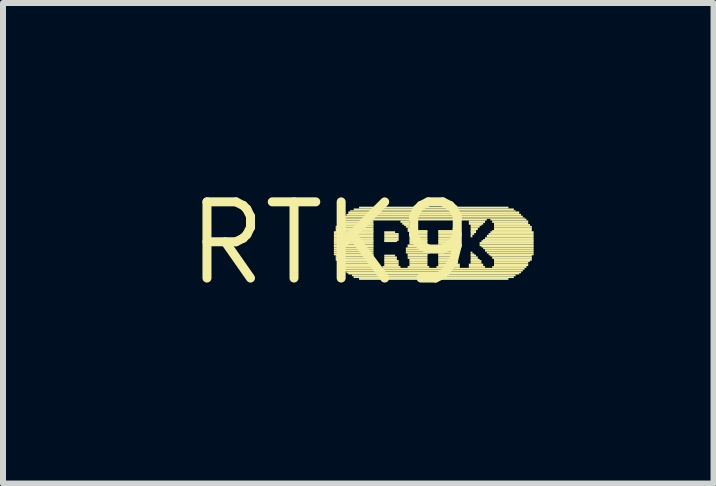
<source format=kicad_pcb>
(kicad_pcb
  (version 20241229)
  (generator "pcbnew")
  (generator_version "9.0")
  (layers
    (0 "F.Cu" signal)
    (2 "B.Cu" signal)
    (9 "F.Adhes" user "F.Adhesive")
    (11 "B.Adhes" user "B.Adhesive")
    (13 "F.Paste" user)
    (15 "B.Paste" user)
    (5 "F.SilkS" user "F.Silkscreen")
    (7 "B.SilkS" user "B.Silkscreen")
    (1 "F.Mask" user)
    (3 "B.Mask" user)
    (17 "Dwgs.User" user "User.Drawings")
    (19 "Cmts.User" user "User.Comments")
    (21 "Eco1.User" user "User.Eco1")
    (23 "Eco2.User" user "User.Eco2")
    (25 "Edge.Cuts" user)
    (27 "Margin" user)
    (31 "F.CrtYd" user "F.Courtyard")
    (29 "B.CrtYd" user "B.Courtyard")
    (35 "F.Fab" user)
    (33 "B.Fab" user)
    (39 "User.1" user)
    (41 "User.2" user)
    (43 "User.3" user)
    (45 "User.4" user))
  (footprint "RTK9"
    (layer "F.Cu")
    (at 2.457 1.006)
    (property "Reference" "RTK9" (at 0 0 0) (layer "F.SilkS") (effects (font (size 1.27 1.27) (thickness 0.15))))
    (fp_poly (pts (xy 0.06 -0.17) (xy 0.72 -0.17) (xy 0.72 -0.2) (xy 0.06 -0.2)) (stroke (width 0) (type default)) (fill yes) (layer "F.SilkS"))
    (fp_poly (pts (xy 0.06 -0.14) (xy 0.72 -0.14) (xy 0.72 -0.17) (xy 0.06 -0.17)) (stroke (width 0) (type default)) (fill yes) (layer "F.SilkS"))
    (fp_poly (pts (xy 0.06 -0.1) (xy 0.72 -0.1) (xy 0.72 -0.14) (xy 0.06 -0.14)) (stroke (width 0) (type default)) (fill yes) (layer "F.SilkS"))
    (fp_poly (pts (xy 0.06 -0.07) (xy 0.72 -0.07) (xy 0.72 -0.1) (xy 0.06 -0.1)) (stroke (width 0) (type default)) (fill yes) (layer "F.SilkS"))
    (fp_poly (pts (xy 0.06 -0.04) (xy 0.72 -0.04) (xy 0.72 -0.07) (xy 0.06 -0.07)) (stroke (width 0) (type default)) (fill yes) (layer "F.SilkS"))
    (fp_poly (pts (xy 0.06 -0.02) (xy 0.72 -0.02) (xy 0.72 -0.05) (xy 0.06 -0.05)) (stroke (width 0) (type default)) (fill yes) (layer "F.SilkS"))
    (fp_poly (pts (xy 0.06 0.02) (xy 0.72 0.02) (xy 0.72 -0.02) (xy 0.06 -0.02)) (stroke (width 0) (type default)) (fill yes) (layer "F.SilkS"))
    (fp_poly (pts (xy 0.06 0.05) (xy 0.72 0.05) (xy 0.72 0.02) (xy 0.06 0.02)) (stroke (width 0) (type default)) (fill yes) (layer "F.SilkS"))
    (fp_poly (pts (xy 0.06 0.07) (xy 0.72 0.07) (xy 0.72 0.04) (xy 0.06 0.04)) (stroke (width 0) (type default)) (fill yes) (layer "F.SilkS"))
    (fp_poly (pts (xy 0.06 0.1) (xy 0.72 0.1) (xy 0.72 0.07) (xy 0.06 0.07)) (stroke (width 0) (type default)) (fill yes) (layer "F.SilkS"))
    (fp_poly (pts (xy 0.06 0.14) (xy 0.72 0.14) (xy 0.72 0.1) (xy 0.06 0.1)) (stroke (width 0) (type default)) (fill yes) (layer "F.SilkS"))
    (fp_poly (pts (xy 0.06 0.17) (xy 0.72 0.17) (xy 0.72 0.14) (xy 0.06 0.14)) (stroke (width 0) (type default)) (fill yes) (layer "F.SilkS"))
    (fp_poly (pts (xy 0.06 0.2) (xy 0.72 0.2) (xy 0.72 0.17) (xy 0.06 0.17)) (stroke (width 0) (type default)) (fill yes) (layer "F.SilkS"))
    (fp_poly (pts (xy 0.09 -0.26) (xy 0.72 -0.26) (xy 0.72 -0.29) (xy 0.09 -0.29)) (stroke (width 0) (type default)) (fill yes) (layer "F.SilkS"))
    (fp_poly (pts (xy 0.09 -0.22) (xy 0.72 -0.22) (xy 0.72 -0.26) (xy 0.09 -0.26)) (stroke (width 0) (type default)) (fill yes) (layer "F.SilkS"))
    (fp_poly (pts (xy 0.09 -0.19) (xy 0.72 -0.19) (xy 0.72 -0.22) (xy 0.09 -0.22)) (stroke (width 0) (type default)) (fill yes) (layer "F.SilkS"))
    (fp_poly (pts (xy 0.09 0.22) (xy 0.72 0.22) (xy 0.72 0.19) (xy 0.09 0.19)) (stroke (width 0) (type default)) (fill yes) (layer "F.SilkS"))
    (fp_poly (pts (xy 0.09 0.26) (xy 0.72 0.26) (xy 0.72 0.22) (xy 0.09 0.22)) (stroke (width 0) (type default)) (fill yes) (layer "F.SilkS"))
    (fp_poly (pts (xy 0.09 0.29) (xy 0.72 0.29) (xy 0.72 0.26) (xy 0.09 0.26)) (stroke (width 0) (type default)) (fill yes) (layer "F.SilkS"))
    (fp_poly (pts (xy 0.12 -0.29) (xy 0.72 -0.29) (xy 0.72 -0.32) (xy 0.12 -0.32)) (stroke (width 0) (type default)) (fill yes) (layer "F.SilkS"))
    (fp_poly (pts (xy 0.12 0.31) (xy 0.72 0.31) (xy 0.72 0.28) (xy 0.12 0.28)) (stroke (width 0) (type default)) (fill yes) (layer "F.SilkS"))
    (fp_poly (pts (xy 0.15 -0.34) (xy 0.72 -0.34) (xy 0.72 -0.38) (xy 0.15 -0.38)) (stroke (width 0) (type default)) (fill yes) (layer "F.SilkS"))
    (fp_poly (pts (xy 0.15 -0.31) (xy 0.72 -0.31) (xy 0.72 -0.34) (xy 0.15 -0.34)) (stroke (width 0) (type default)) (fill yes) (layer "F.SilkS"))
    (fp_poly (pts (xy 0.15 0.34) (xy 0.72 0.34) (xy 0.72 0.31) (xy 0.15 0.31)) (stroke (width 0) (type default)) (fill yes) (layer "F.SilkS"))
    (fp_poly (pts (xy 0.15 0.38) (xy 0.72 0.38) (xy 0.72 0.34) (xy 0.15 0.34)) (stroke (width 0) (type default)) (fill yes) (layer "F.SilkS"))
    (fp_poly (pts (xy 0.18 -0.38) (xy 2.61 -0.38) (xy 2.61 -0.41) (xy 0.18 -0.41)) (stroke (width 0) (type default)) (fill yes) (layer "F.SilkS"))
    (fp_poly (pts (xy 0.18 0.41) (xy 0.75 0.41) (xy 0.75 0.38) (xy 0.18 0.38)) (stroke (width 0) (type default)) (fill yes) (layer "F.SilkS"))
    (fp_poly (pts (xy 0.21 -0.41) (xy 3.24 -0.41) (xy 3.24 -0.43) (xy 0.21 -0.43)) (stroke (width 0) (type default)) (fill yes) (layer "F.SilkS"))
    (fp_poly (pts (xy 0.21 0.44) (xy 3.24 0.44) (xy 3.24 0.41) (xy 0.21 0.41)) (stroke (width 0) (type default)) (fill yes) (layer "F.SilkS"))
    (fp_poly (pts (xy 0.24 -0.43) (xy 3.21 -0.43) (xy 3.21 -0.46) (xy 0.24 -0.46)) (stroke (width 0) (type default)) (fill yes) (layer "F.SilkS"))
    (fp_poly (pts (xy 0.24 0.47) (xy 3.21 0.47) (xy 3.21 0.44) (xy 0.24 0.44)) (stroke (width 0) (type default)) (fill yes) (layer "F.SilkS"))
    (fp_poly (pts (xy 0.27 -0.46) (xy 3.18 -0.46) (xy 3.18 -0.49) (xy 0.27 -0.49)) (stroke (width 0) (type default)) (fill yes) (layer "F.SilkS"))
    (fp_poly (pts (xy 0.27 0.5) (xy 3.18 0.5) (xy 3.18 0.47) (xy 0.27 0.47)) (stroke (width 0) (type default)) (fill yes) (layer "F.SilkS"))
    (fp_poly (pts (xy 0.3 -0.49) (xy 3.15 -0.49) (xy 3.15 -0.53) (xy 0.3 -0.53)) (stroke (width 0) (type default)) (fill yes) (layer "F.SilkS"))
    (fp_poly (pts (xy 0.3 0.52) (xy 3.15 0.52) (xy 3.15 0.49) (xy 0.3 0.49)) (stroke (width 0) (type default)) (fill yes) (layer "F.SilkS"))
    (fp_poly (pts (xy 0.33 -0.53) (xy 3.09 -0.53) (xy 3.09 -0.55) (xy 0.33 -0.55)) (stroke (width 0) (type default)) (fill yes) (layer "F.SilkS"))
    (fp_poly (pts (xy 0.36 0.55) (xy 3.09 0.55) (xy 3.09 0.52) (xy 0.36 0.52)) (stroke (width 0) (type default)) (fill yes) (layer "F.SilkS"))
    (fp_poly (pts (xy 0.39 -0.55) (xy 3.06 -0.55) (xy 3.06 -0.58) (xy 0.39 -0.58)) (stroke (width 0) (type default)) (fill yes) (layer "F.SilkS"))
    (fp_poly (pts (xy 0.39 0.58) (xy 3.06 0.58) (xy 3.06 0.55) (xy 0.39 0.55)) (stroke (width 0) (type default)) (fill yes) (layer "F.SilkS"))
    (fp_poly (pts (xy 0.48 -0.58) (xy 2.97 -0.58) (xy 2.97 -0.61) (xy 0.48 -0.61)) (stroke (width 0) (type default)) (fill yes) (layer "F.SilkS"))
    (fp_poly (pts (xy 0.48 0.61) (xy 2.97 0.61) (xy 2.97 0.58) (xy 0.48 0.58)) (stroke (width 0) (type default)) (fill yes) (layer "F.SilkS"))
    (fp_poly (pts (xy 0.87 0.41) (xy 1.17 0.41) (xy 1.17 0.38) (xy 0.87 0.38)) (stroke (width 0) (type default)) (fill yes) (layer "F.SilkS"))
    (fp_poly (pts (xy 0.9 -0.17) (xy 1.08 -0.17) (xy 1.08 -0.2) (xy 0.9 -0.2)) (stroke (width 0) (type default)) (fill yes) (layer "F.SilkS"))
    (fp_poly (pts (xy 0.9 -0.14) (xy 1.14 -0.14) (xy 1.14 -0.17) (xy 0.9 -0.17)) (stroke (width 0) (type default)) (fill yes) (layer "F.SilkS"))
    (fp_poly (pts (xy 0.9 -0.1) (xy 1.14 -0.1) (xy 1.14 -0.14) (xy 0.9 -0.14)) (stroke (width 0) (type default)) (fill yes) (layer "F.SilkS"))
    (fp_poly (pts (xy 0.9 -0.07) (xy 1.14 -0.07) (xy 1.14 -0.1) (xy 0.9 -0.1)) (stroke (width 0) (type default)) (fill yes) (layer "F.SilkS"))
    (fp_poly (pts (xy 0.9 -0.04) (xy 1.14 -0.04) (xy 1.14 -0.07) (xy 0.9 -0.07)) (stroke (width 0) (type default)) (fill yes) (layer "F.SilkS"))
    (fp_poly (pts (xy 0.9 -0.02) (xy 1.11 -0.02) (xy 1.11 -0.05) (xy 0.9 -0.05)) (stroke (width 0) (type default)) (fill yes) (layer "F.SilkS"))
    (fp_poly (pts (xy 0.9 0.22) (xy 1.08 0.22) (xy 1.08 0.19) (xy 0.9 0.19)) (stroke (width 0) (type default)) (fill yes) (layer "F.SilkS"))
    (fp_poly (pts (xy 0.9 0.26) (xy 1.11 0.26) (xy 1.11 0.22) (xy 0.9 0.22)) (stroke (width 0) (type default)) (fill yes) (layer "F.SilkS"))
    (fp_poly (pts (xy 0.9 0.29) (xy 1.11 0.29) (xy 1.11 0.26) (xy 0.9 0.26)) (stroke (width 0) (type default)) (fill yes) (layer "F.SilkS"))
    (fp_poly (pts (xy 0.9 0.31) (xy 1.14 0.31) (xy 1.14 0.28) (xy 0.9 0.28)) (stroke (width 0) (type default)) (fill yes) (layer "F.SilkS"))
    (fp_poly (pts (xy 0.9 0.34) (xy 1.14 0.34) (xy 1.14 0.31) (xy 0.9 0.31)) (stroke (width 0) (type default)) (fill yes) (layer "F.SilkS"))
    (fp_poly (pts (xy 0.9 0.38) (xy 1.14 0.38) (xy 1.14 0.34) (xy 0.9 0.34)) (stroke (width 0) (type default)) (fill yes) (layer "F.SilkS"))
    (fp_poly (pts (xy 1.17 -0.34) (xy 1.32 -0.34) (xy 1.32 -0.38) (xy 1.17 -0.38)) (stroke (width 0) (type default)) (fill yes) (layer "F.SilkS"))
    (fp_poly (pts (xy 1.2 -0.31) (xy 1.32 -0.31) (xy 1.32 -0.34) (xy 1.2 -0.34)) (stroke (width 0) (type default)) (fill yes) (layer "F.SilkS"))
    (fp_poly (pts (xy 1.23 -0.29) (xy 1.32 -0.29) (xy 1.32 -0.32) (xy 1.23 -0.32)) (stroke (width 0) (type default)) (fill yes) (layer "F.SilkS"))
    (fp_poly (pts (xy 1.26 -0.26) (xy 1.32 -0.26) (xy 1.32 -0.29) (xy 1.26 -0.29)) (stroke (width 0) (type default)) (fill yes) (layer "F.SilkS"))
    (fp_poly (pts (xy 1.26 0.1) (xy 1.62 0.1) (xy 1.62 0.07) (xy 1.26 0.07)) (stroke (width 0) (type default)) (fill yes) (layer "F.SilkS"))
    (fp_poly (pts (xy 1.26 0.14) (xy 1.62 0.14) (xy 1.62 0.1) (xy 1.26 0.1)) (stroke (width 0) (type default)) (fill yes) (layer "F.SilkS"))
    (fp_poly (pts (xy 1.26 0.17) (xy 1.62 0.17) (xy 1.62 0.14) (xy 1.26 0.14)) (stroke (width 0) (type default)) (fill yes) (layer "F.SilkS"))
    (fp_poly (pts (xy 1.29 -0.22) (xy 1.35 -0.22) (xy 1.35 -0.26) (xy 1.29 -0.26)) (stroke (width 0) (type default)) (fill yes) (layer "F.SilkS"))
    (fp_poly (pts (xy 1.29 -0.19) (xy 1.62 -0.19) (xy 1.62 -0.22) (xy 1.29 -0.22)) (stroke (width 0) (type default)) (fill yes) (layer "F.SilkS"))
    (fp_poly (pts (xy 1.29 0.05) (xy 1.62 0.05) (xy 1.62 0.02) (xy 1.29 0.02)) (stroke (width 0) (type default)) (fill yes) (layer "F.SilkS"))
    (fp_poly (pts (xy 1.29 0.07) (xy 1.62 0.07) (xy 1.62 0.04) (xy 1.29 0.04)) (stroke (width 0) (type default)) (fill yes) (layer "F.SilkS"))
    (fp_poly (pts (xy 1.29 0.2) (xy 1.62 0.2) (xy 1.62 0.17) (xy 1.29 0.17)) (stroke (width 0) (type default)) (fill yes) (layer "F.SilkS"))
    (fp_poly (pts (xy 1.29 0.22) (xy 1.62 0.22) (xy 1.62 0.19) (xy 1.29 0.19)) (stroke (width 0) (type default)) (fill yes) (layer "F.SilkS"))
    (fp_poly (pts (xy 1.29 0.26) (xy 1.62 0.26) (xy 1.62 0.22) (xy 1.29 0.22)) (stroke (width 0) (type default)) (fill yes) (layer "F.SilkS"))
    (fp_poly (pts (xy 1.29 0.41) (xy 1.65 0.41) (xy 1.65 0.38) (xy 1.29 0.38)) (stroke (width 0) (type default)) (fill yes) (layer "F.SilkS"))
    (fp_poly (pts (xy 1.32 -0.17) (xy 1.62 -0.17) (xy 1.62 -0.2) (xy 1.32 -0.2)) (stroke (width 0) (type default)) (fill yes) (layer "F.SilkS"))
    (fp_poly (pts (xy 1.32 -0.14) (xy 1.62 -0.14) (xy 1.62 -0.17) (xy 1.32 -0.17)) (stroke (width 0) (type default)) (fill yes) (layer "F.SilkS"))
    (fp_poly (pts (xy 1.32 -0.1) (xy 1.62 -0.1) (xy 1.62 -0.14) (xy 1.32 -0.14)) (stroke (width 0) (type default)) (fill yes) (layer "F.SilkS"))
    (fp_poly (pts (xy 1.32 -0.07) (xy 1.62 -0.07) (xy 1.62 -0.1) (xy 1.32 -0.1)) (stroke (width 0) (type default)) (fill yes) (layer "F.SilkS"))
    (fp_poly (pts (xy 1.32 -0.04) (xy 1.62 -0.04) (xy 1.62 -0.07) (xy 1.32 -0.07)) (stroke (width 0) (type default)) (fill yes) (layer "F.SilkS"))
    (fp_poly (pts (xy 1.32 -0.02) (xy 1.62 -0.02) (xy 1.62 -0.05) (xy 1.32 -0.05)) (stroke (width 0) (type default)) (fill yes) (layer "F.SilkS"))
    (fp_poly (pts (xy 1.32 0.02) (xy 1.62 0.02) (xy 1.62 -0.02) (xy 1.32 -0.02)) (stroke (width 0) (type default)) (fill yes) (layer "F.SilkS"))
    (fp_poly (pts (xy 1.32 0.29) (xy 1.62 0.29) (xy 1.62 0.26) (xy 1.32 0.26)) (stroke (width 0) (type default)) (fill yes) (layer "F.SilkS"))
    (fp_poly (pts (xy 1.32 0.31) (xy 1.62 0.31) (xy 1.62 0.28) (xy 1.32 0.28)) (stroke (width 0) (type default)) (fill yes) (layer "F.SilkS"))
    (fp_poly (pts (xy 1.32 0.34) (xy 1.62 0.34) (xy 1.62 0.31) (xy 1.32 0.31)) (stroke (width 0) (type default)) (fill yes) (layer "F.SilkS"))
    (fp_poly (pts (xy 1.32 0.38) (xy 1.62 0.38) (xy 1.62 0.34) (xy 1.32 0.34)) (stroke (width 0) (type default)) (fill yes) (layer "F.SilkS"))
    (fp_poly (pts (xy 1.77 0.41) (xy 2.16 0.41) (xy 2.16 0.38) (xy 1.77 0.38)) (stroke (width 0) (type default)) (fill yes) (layer "F.SilkS"))
    (fp_poly (pts (xy 1.8 -0.19) (xy 2.13 -0.19) (xy 2.13 -0.22) (xy 1.8 -0.22)) (stroke (width 0) (type default)) (fill yes) (layer "F.SilkS"))
    (fp_poly (pts (xy 1.8 -0.17) (xy 2.13 -0.17) (xy 2.13 -0.2) (xy 1.8 -0.2)) (stroke (width 0) (type default)) (fill yes) (layer "F.SilkS"))
    (fp_poly (pts (xy 1.8 -0.14) (xy 2.13 -0.14) (xy 2.13 -0.17) (xy 1.8 -0.17)) (stroke (width 0) (type default)) (fill yes) (layer "F.SilkS"))
    (fp_poly (pts (xy 1.8 -0.1) (xy 2.13 -0.1) (xy 2.13 -0.14) (xy 1.8 -0.14)) (stroke (width 0) (type default)) (fill yes) (layer "F.SilkS"))
    (fp_poly (pts (xy 1.8 -0.07) (xy 2.13 -0.07) (xy 2.13 -0.1) (xy 1.8 -0.1)) (stroke (width 0) (type default)) (fill yes) (layer "F.SilkS"))
    (fp_poly (pts (xy 1.8 -0.04) (xy 2.13 -0.04) (xy 2.13 -0.07) (xy 1.8 -0.07)) (stroke (width 0) (type default)) (fill yes) (layer "F.SilkS"))
    (fp_poly (pts (xy 1.8 -0.02) (xy 2.13 -0.02) (xy 2.13 -0.05) (xy 1.8 -0.05)) (stroke (width 0) (type default)) (fill yes) (layer "F.SilkS"))
    (fp_poly (pts (xy 1.8 0.02) (xy 2.13 0.02) (xy 2.13 -0.02) (xy 1.8 -0.02)) (stroke (width 0) (type default)) (fill yes) (layer "F.SilkS"))
    (fp_poly (pts (xy 1.8 0.05) (xy 2.13 0.05) (xy 2.13 0.02) (xy 1.8 0.02)) (stroke (width 0) (type default)) (fill yes) (layer "F.SilkS"))
    (fp_poly (pts (xy 1.8 0.07) (xy 2.13 0.07) (xy 2.13 0.04) (xy 1.8 0.04)) (stroke (width 0) (type default)) (fill yes) (layer "F.SilkS"))
    (fp_poly (pts (xy 1.8 0.1) (xy 2.13 0.1) (xy 2.13 0.07) (xy 1.8 0.07)) (stroke (width 0) (type default)) (fill yes) (layer "F.SilkS"))
    (fp_poly (pts (xy 1.8 0.14) (xy 2.13 0.14) (xy 2.13 0.1) (xy 1.8 0.1)) (stroke (width 0) (type default)) (fill yes) (layer "F.SilkS"))
    (fp_poly (pts (xy 1.8 0.17) (xy 2.13 0.17) (xy 2.13 0.14) (xy 1.8 0.14)) (stroke (width 0) (type default)) (fill yes) (layer "F.SilkS"))
    (fp_poly (pts (xy 1.8 0.2) (xy 2.13 0.2) (xy 2.13 0.17) (xy 1.8 0.17)) (stroke (width 0) (type default)) (fill yes) (layer "F.SilkS"))
    (fp_poly (pts (xy 1.8 0.22) (xy 2.13 0.22) (xy 2.13 0.19) (xy 1.8 0.19)) (stroke (width 0) (type default)) (fill yes) (layer "F.SilkS"))
    (fp_poly (pts (xy 1.8 0.26) (xy 2.13 0.26) (xy 2.13 0.22) (xy 1.8 0.22)) (stroke (width 0) (type default)) (fill yes) (layer "F.SilkS"))
    (fp_poly (pts (xy 1.8 0.29) (xy 2.13 0.29) (xy 2.13 0.26) (xy 1.8 0.26)) (stroke (width 0) (type default)) (fill yes) (layer "F.SilkS"))
    (fp_poly (pts (xy 1.8 0.31) (xy 2.13 0.31) (xy 2.13 0.28) (xy 1.8 0.28)) (stroke (width 0) (type default)) (fill yes) (layer "F.SilkS"))
    (fp_poly (pts (xy 1.8 0.34) (xy 2.13 0.34) (xy 2.13 0.31) (xy 1.8 0.31)) (stroke (width 0) (type default)) (fill yes) (layer "F.SilkS"))
    (fp_poly (pts (xy 1.8 0.38) (xy 2.16 0.38) (xy 2.16 0.34) (xy 1.8 0.34)) (stroke (width 0) (type default)) (fill yes) (layer "F.SilkS"))
    (fp_poly (pts (xy 2.04 -0.22) (xy 2.13 -0.22) (xy 2.13 -0.26) (xy 2.04 -0.26)) (stroke (width 0) (type default)) (fill yes) (layer "F.SilkS"))
    (fp_poly (pts (xy 2.07 -0.34) (xy 2.16 -0.34) (xy 2.16 -0.38) (xy 2.07 -0.38)) (stroke (width 0) (type default)) (fill yes) (layer "F.SilkS"))
    (fp_poly (pts (xy 2.07 -0.31) (xy 2.13 -0.31) (xy 2.13 -0.34) (xy 2.07 -0.34)) (stroke (width 0) (type default)) (fill yes) (layer "F.SilkS"))
    (fp_poly (pts (xy 2.07 -0.29) (xy 2.13 -0.29) (xy 2.13 -0.32) (xy 2.07 -0.32)) (stroke (width 0) (type default)) (fill yes) (layer "F.SilkS"))
    (fp_poly (pts (xy 2.07 -0.26) (xy 2.13 -0.26) (xy 2.13 -0.29) (xy 2.07 -0.29)) (stroke (width 0) (type default)) (fill yes) (layer "F.SilkS"))
    (fp_poly (pts (xy 2.31 -0.34) (xy 2.58 -0.34) (xy 2.58 -0.38) (xy 2.31 -0.38)) (stroke (width 0) (type default)) (fill yes) (layer "F.SilkS"))
    (fp_poly (pts (xy 2.31 -0.31) (xy 2.55 -0.31) (xy 2.55 -0.34) (xy 2.31 -0.34)) (stroke (width 0) (type default)) (fill yes) (layer "F.SilkS"))
    (fp_poly (pts (xy 2.31 0.38) (xy 2.55 0.38) (xy 2.55 0.34) (xy 2.31 0.34)) (stroke (width 0) (type default)) (fill yes) (layer "F.SilkS"))
    (fp_poly (pts (xy 2.31 0.41) (xy 2.58 0.41) (xy 2.58 0.38) (xy 2.31 0.38)) (stroke (width 0) (type default)) (fill yes) (layer "F.SilkS"))
    (fp_poly (pts (xy 2.34 -0.29) (xy 2.52 -0.29) (xy 2.52 -0.32) (xy 2.34 -0.32)) (stroke (width 0) (type default)) (fill yes) (layer "F.SilkS"))
    (fp_poly (pts (xy 2.34 -0.26) (xy 2.49 -0.26) (xy 2.49 -0.29) (xy 2.34 -0.29)) (stroke (width 0) (type default)) (fill yes) (layer "F.SilkS"))
    (fp_poly (pts (xy 2.34 -0.22) (xy 2.46 -0.22) (xy 2.46 -0.26) (xy 2.34 -0.26)) (stroke (width 0) (type default)) (fill yes) (layer "F.SilkS"))
    (fp_poly (pts (xy 2.34 -0.19) (xy 2.43 -0.19) (xy 2.43 -0.22) (xy 2.34 -0.22)) (stroke (width 0) (type default)) (fill yes) (layer "F.SilkS"))
    (fp_poly (pts (xy 2.34 -0.17) (xy 2.43 -0.17) (xy 2.43 -0.2) (xy 2.34 -0.2)) (stroke (width 0) (type default)) (fill yes) (layer "F.SilkS"))
    (fp_poly (pts (xy 2.34 -0.14) (xy 2.4 -0.14) (xy 2.4 -0.17) (xy 2.34 -0.17)) (stroke (width 0) (type default)) (fill yes) (layer "F.SilkS"))
    (fp_poly (pts (xy 2.34 -0.1) (xy 2.37 -0.1) (xy 2.37 -0.14) (xy 2.34 -0.14)) (stroke (width 0) (type default)) (fill yes) (layer "F.SilkS"))
    (fp_poly (pts (xy 2.34 0.17) (xy 2.37 0.17) (xy 2.37 0.14) (xy 2.34 0.14)) (stroke (width 0) (type default)) (fill yes) (layer "F.SilkS"))
    (fp_poly (pts (xy 2.34 0.2) (xy 2.4 0.2) (xy 2.4 0.17) (xy 2.34 0.17)) (stroke (width 0) (type default)) (fill yes) (layer "F.SilkS"))
    (fp_poly (pts (xy 2.34 0.22) (xy 2.43 0.22) (xy 2.43 0.19) (xy 2.34 0.19)) (stroke (width 0) (type default)) (fill yes) (layer "F.SilkS"))
    (fp_poly (pts (xy 2.34 0.26) (xy 2.46 0.26) (xy 2.46 0.22) (xy 2.34 0.22)) (stroke (width 0) (type default)) (fill yes) (layer "F.SilkS"))
    (fp_poly (pts (xy 2.34 0.29) (xy 2.49 0.29) (xy 2.49 0.26) (xy 2.34 0.26)) (stroke (width 0) (type default)) (fill yes) (layer "F.SilkS"))
    (fp_poly (pts (xy 2.34 0.31) (xy 2.52 0.31) (xy 2.52 0.28) (xy 2.34 0.28)) (stroke (width 0) (type default)) (fill yes) (layer "F.SilkS"))
    (fp_poly (pts (xy 2.34 0.34) (xy 2.52 0.34) (xy 2.52 0.31) (xy 2.34 0.31)) (stroke (width 0) (type default)) (fill yes) (layer "F.SilkS"))
    (fp_poly (pts (xy 2.49 0.02) (xy 3.39 0.02) (xy 3.39 -0.02) (xy 2.49 -0.02)) (stroke (width 0) (type default)) (fill yes) (layer "F.SilkS"))
    (fp_poly (pts (xy 2.49 0.05) (xy 3.39 0.05) (xy 3.39 0.02) (xy 2.49 0.02)) (stroke (width 0) (type default)) (fill yes) (layer "F.SilkS"))
    (fp_poly (pts (xy 2.52 -0.02) (xy 3.39 -0.02) (xy 3.39 -0.05) (xy 2.52 -0.05)) (stroke (width 0) (type default)) (fill yes) (layer "F.SilkS"))
    (fp_poly (pts (xy 2.52 0.07) (xy 3.39 0.07) (xy 3.39 0.04) (xy 2.52 0.04)) (stroke (width 0) (type default)) (fill yes) (layer "F.SilkS"))
    (fp_poly (pts (xy 2.55 -0.04) (xy 3.39 -0.04) (xy 3.39 -0.07) (xy 2.55 -0.07)) (stroke (width 0) (type default)) (fill yes) (layer "F.SilkS"))
    (fp_poly (pts (xy 2.55 0.1) (xy 3.39 0.1) (xy 3.39 0.07) (xy 2.55 0.07)) (stroke (width 0) (type default)) (fill yes) (layer "F.SilkS"))
    (fp_poly (pts (xy 2.58 -0.07) (xy 3.39 -0.07) (xy 3.39 -0.1) (xy 2.58 -0.1)) (stroke (width 0) (type default)) (fill yes) (layer "F.SilkS"))
    (fp_poly (pts (xy 2.58 0.14) (xy 3.39 0.14) (xy 3.39 0.1) (xy 2.58 0.1)) (stroke (width 0) (type default)) (fill yes) (layer "F.SilkS"))
    (fp_poly (pts (xy 2.61 -0.1) (xy 3.39 -0.1) (xy 3.39 -0.14) (xy 2.61 -0.14)) (stroke (width 0) (type default)) (fill yes) (layer "F.SilkS"))
    (fp_poly (pts (xy 2.61 0.17) (xy 3.39 0.17) (xy 3.39 0.14) (xy 2.61 0.14)) (stroke (width 0) (type default)) (fill yes) (layer "F.SilkS"))
    (fp_poly (pts (xy 2.64 -0.14) (xy 3.39 -0.14) (xy 3.39 -0.17) (xy 2.64 -0.17)) (stroke (width 0) (type default)) (fill yes) (layer "F.SilkS"))
    (fp_poly (pts (xy 2.64 0.2) (xy 3.39 0.2) (xy 3.39 0.17) (xy 2.64 0.17)) (stroke (width 0) (type default)) (fill yes) (layer "F.SilkS"))
    (fp_poly (pts (xy 2.67 -0.38) (xy 3.27 -0.38) (xy 3.27 -0.41) (xy 2.67 -0.41)) (stroke (width 0) (type default)) (fill yes) (layer "F.SilkS"))
    (fp_poly (pts (xy 2.67 -0.17) (xy 3.39 -0.17) (xy 3.39 -0.2) (xy 2.67 -0.2)) (stroke (width 0) (type default)) (fill yes) (layer "F.SilkS"))
    (fp_poly (pts (xy 2.67 0.22) (xy 3.36 0.22) (xy 3.36 0.19) (xy 2.67 0.19)) (stroke (width 0) (type default)) (fill yes) (layer "F.SilkS"))
    (fp_poly (pts (xy 2.7 -0.34) (xy 3.3 -0.34) (xy 3.3 -0.38) (xy 2.7 -0.38)) (stroke (width 0) (type default)) (fill yes) (layer "F.SilkS"))
    (fp_poly (pts (xy 2.7 -0.19) (xy 3.36 -0.19) (xy 3.36 -0.22) (xy 2.7 -0.22)) (stroke (width 0) (type default)) (fill yes) (layer "F.SilkS"))
    (fp_poly (pts (xy 2.7 0.26) (xy 3.36 0.26) (xy 3.36 0.22) (xy 2.7 0.22)) (stroke (width 0) (type default)) (fill yes) (layer "F.SilkS"))
    (fp_poly (pts (xy 2.7 0.41) (xy 3.27 0.41) (xy 3.27 0.38) (xy 2.7 0.38)) (stroke (width 0) (type default)) (fill yes) (layer "F.SilkS"))
    (fp_poly (pts (xy 2.73 -0.31) (xy 3.3 -0.31) (xy 3.3 -0.34) (xy 2.73 -0.34)) (stroke (width 0) (type default)) (fill yes) (layer "F.SilkS"))
    (fp_poly (pts (xy 2.73 -0.29) (xy 3.33 -0.29) (xy 3.33 -0.32) (xy 2.73 -0.32)) (stroke (width 0) (type default)) (fill yes) (layer "F.SilkS"))
    (fp_poly (pts (xy 2.73 -0.26) (xy 3.36 -0.26) (xy 3.36 -0.29) (xy 2.73 -0.29)) (stroke (width 0) (type default)) (fill yes) (layer "F.SilkS"))
    (fp_poly (pts (xy 2.73 -0.22) (xy 3.36 -0.22) (xy 3.36 -0.26) (xy 2.73 -0.26)) (stroke (width 0) (type default)) (fill yes) (layer "F.SilkS"))
    (fp_poly (pts (xy 2.73 0.29) (xy 3.36 0.29) (xy 3.36 0.26) (xy 2.73 0.26)) (stroke (width 0) (type default)) (fill yes) (layer "F.SilkS"))
    (fp_poly (pts (xy 2.73 0.31) (xy 3.33 0.31) (xy 3.33 0.28) (xy 2.73 0.28)) (stroke (width 0) (type default)) (fill yes) (layer "F.SilkS"))
    (fp_poly (pts (xy 2.73 0.34) (xy 3.3 0.34) (xy 3.3 0.31) (xy 2.73 0.31)) (stroke (width 0) (type default)) (fill yes) (layer "F.SilkS"))
    (fp_poly (pts (xy 2.73 0.38) (xy 3.3 0.38) (xy 3.3 0.34) (xy 2.73 0.34)) (stroke (width 0) (type default)) (fill yes) (layer "F.SilkS")))
  (gr_rect
    (start -3 -3)
    (end 8.847 5.012)
    (stroke (width 0.1) (type default))
    (fill no)
    (layer "Edge.Cuts")))
</source>
